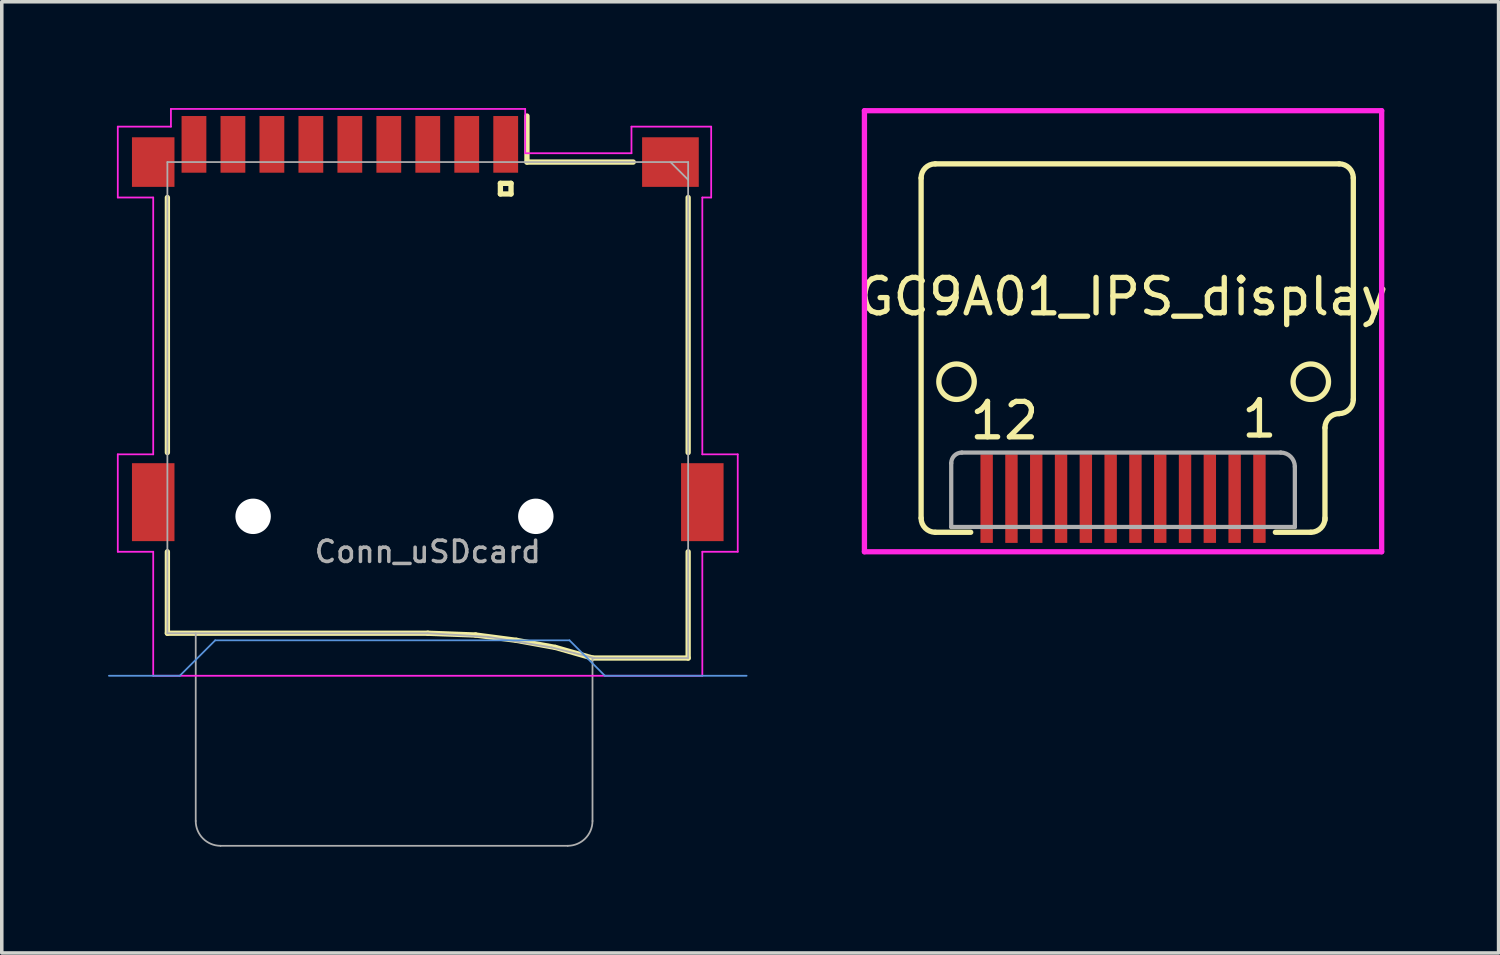
<source format=kicad_pcb>
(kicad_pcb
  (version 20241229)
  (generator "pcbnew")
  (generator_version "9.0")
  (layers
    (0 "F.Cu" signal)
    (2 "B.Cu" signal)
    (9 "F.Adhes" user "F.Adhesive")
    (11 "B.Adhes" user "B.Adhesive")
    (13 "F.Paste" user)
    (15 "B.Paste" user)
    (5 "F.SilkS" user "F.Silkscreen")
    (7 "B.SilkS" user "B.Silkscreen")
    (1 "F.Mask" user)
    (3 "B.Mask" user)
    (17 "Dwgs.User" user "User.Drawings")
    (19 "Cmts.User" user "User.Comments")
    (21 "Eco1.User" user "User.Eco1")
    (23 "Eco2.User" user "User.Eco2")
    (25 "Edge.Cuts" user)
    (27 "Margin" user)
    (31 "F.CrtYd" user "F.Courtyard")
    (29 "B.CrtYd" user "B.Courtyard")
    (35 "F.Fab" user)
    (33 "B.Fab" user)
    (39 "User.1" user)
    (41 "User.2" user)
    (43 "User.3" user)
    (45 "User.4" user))
  (footprint "GC9A01_IPS_display"
    (layer "F.Cu")
    (at 28.651 10.775)
    (property "Reference" "GC9A01_IPS_display" (at 0 -5.45 0) (layer "F.SilkS") (effects (font (size 1 1) (thickness 0.15))))
    (attr through_hole)
    (fp_line (start -5.7 -8.8) (end -5.7 0.8) (stroke (width 0.15) (type solid)) (layer "F.SilkS"))
    (fp_line (start -5.3 1.2) (end -4.3 1.2) (stroke (width 0.15) (type solid)) (layer "F.SilkS"))
    (fp_line (start 4.3 1.2) (end 5.3 1.2) (stroke (width 0.15) (type solid)) (layer "F.SilkS"))
    (fp_line (start 5.7 -1.75) (end 5.7 0.85) (stroke (width 0.15) (type solid)) (layer "F.SilkS"))
    (fp_line (start 6.1 -9.2) (end -5.3 -9.2) (stroke (width 0.15) (type solid)) (layer "F.SilkS"))
    (fp_line (start 6.5 -8.8) (end 6.5 -2.55) (stroke (width 0.15) (type solid)) (layer "F.SilkS"))
    (fp_arc (start -5.7 -8.8) (mid -5.582843 -9.082843) (end -5.3 -9.2) (stroke (width 0.15) (type solid)) (layer "F.SilkS"))
    (fp_arc (start -5.3 1.2) (mid -5.582843 1.082843) (end -5.7 0.8) (stroke (width 0.15) (type solid)) (layer "F.SilkS"))
    (fp_arc (start 5.7 -1.75) (mid 5.817157 -2.032843) (end 6.1 -2.15) (stroke (width 0.15) (type solid)) (layer "F.SilkS"))
    (fp_arc (start 5.7 0.8) (mid 5.582843 1.082843) (end 5.3 1.2) (stroke (width 0.15) (type solid)) (layer "F.SilkS"))
    (fp_arc (start 6.1 -9.2) (mid 6.382843 -9.082843) (end 6.5 -8.8) (stroke (width 0.15) (type solid)) (layer "F.SilkS"))
    (fp_arc (start 6.5 -2.55) (mid 6.382843 -2.267157) (end 6.1 -2.15) (stroke (width 0.15) (type solid)) (layer "F.SilkS"))
    (fp_circle (center -4.7 -3.05) (end -4.2 -3.05) (stroke (width 0.15) (type solid)) (fill no) (layer "F.SilkS"))
    (fp_circle (center 5.3 -3.05) (end 5.8 -3.05) (stroke (width 0.15) (type solid)) (fill no) (layer "F.SilkS"))
    (fp_line (start -7.3 -10.7) (end -7.3 1.75) (stroke (width 0.15) (type solid)) (layer "F.CrtYd"))
    (fp_line (start -7.3 1.75) (end 7.3 1.75) (stroke (width 0.15) (type solid)) (layer "F.CrtYd"))
    (fp_line (start 7.3 -10.7) (end -7.3 -10.7) (stroke (width 0.15) (type solid)) (layer "F.CrtYd"))
    (fp_line (start 7.3 1.75) (end 7.3 -10.7) (stroke (width 0.15) (type solid)) (layer "F.CrtYd"))
    (fp_line (start -4.85 1.05) (end -4.85 -0.75) (stroke (width 0.12) (type solid)) (layer "F.Fab"))
    (fp_line (start -4.85 1.05) (end 4.85 1.05) (stroke (width 0.12) (type solid)) (layer "F.Fab"))
    (fp_line (start -4.55 -1.05) (end 4.45 -1.05) (stroke (width 0.12) (type solid)) (layer "F.Fab"))
    (fp_line (start 4.85 1.05) (end 4.85 -0.65) (stroke (width 0.12) (type solid)) (layer "F.Fab"))
    (fp_arc (start -4.85 -0.75) (mid -4.762132 -0.962132) (end -4.55 -1.05) (stroke (width 0.12) (type solid)) (layer "F.Fab"))
    (fp_arc (start 4.45 -1.05) (mid 4.732843 -0.932843) (end 4.85 -0.65) (stroke (width 0.12) (type solid)) (layer "F.Fab"))
    (fp_text user "1" (at 3.85 -2 0) (layer "F.SilkS") (effects (font (size 1 1) (thickness 0.15))))
    (fp_text user "12" (at -3.35 -1.95 0) (layer "F.SilkS") (effects (font (size 1 1) (thickness 0.15))))
    (pad "1" smd rect (at 3.85 0.25) (size 0.35 2.5) (layers "F.Cu" "F.Mask" "F.Paste"))
    (pad "2" smd rect (at 3.15 0.25) (size 0.35 2.5) (layers "F.Cu" "F.Mask" "F.Paste"))
    (pad "3" smd rect (at 2.45 0.25) (size 0.35 2.5) (layers "F.Cu" "F.Mask" "F.Paste"))
    (pad "4" smd rect (at 1.75 0.25) (size 0.35 2.5) (layers "F.Cu" "F.Mask" "F.Paste"))
    (pad "5" smd rect (at 1.05 0.25) (size 0.35 2.5) (layers "F.Cu" "F.Mask" "F.Paste"))
    (pad "6" smd rect (at 0.35 0.25) (size 0.35 2.5) (layers "F.Cu" "F.Mask" "F.Paste"))
    (pad "7" smd rect (at -0.35 0.25) (size 0.35 2.5) (layers "F.Cu" "F.Mask" "F.Paste"))
    (pad "8" smd rect (at -1.05 0.25) (size 0.35 2.5) (layers "F.Cu" "F.Mask" "F.Paste"))
    (pad "9" smd rect (at -1.75 0.25) (size 0.35 2.5) (layers "F.Cu" "F.Mask" "F.Paste"))
    (pad "10" smd rect (at -2.45 0.25) (size 0.35 2.5) (layers "F.Cu" "F.Mask" "F.Paste"))
    (pad "11" smd rect (at -3.15 0.25) (size 0.35 2.5) (layers "F.Cu" "F.Mask" "F.Paste"))
    (pad "12" smd rect (at -3.85 0.25) (size 0.35 2.5) (layers "F.Cu" "F.Mask" "F.Paste")))
  (footprint "Conn_uSDcard"
    (layer "F.Cu")
    (at 9.025 11.525)
    (property "Reference" "Conn_uSDcard" (at 0 1 180) (layer "F.Fab") (effects (font (size 0.6 0.6) (thickness 0.1))))
    (attr through_hole)
    (fp_line (start -7.35 -1.8) (end -7.35 -9) (stroke (width 0.15) (type solid)) (layer "F.SilkS"))
    (fp_line (start -7.35 1) (end -7.35 3.3) (stroke (width 0.15) (type solid)) (layer "F.SilkS"))
    (fp_line (start -7.35 3.3) (end 0 3.3) (stroke (width 0.15) (type solid)) (layer "F.SilkS"))
    (fp_line (start 0 3.3) (end 1.35 3.35) (stroke (width 0.15) (type solid)) (layer "F.SilkS"))
    (fp_line (start 1.35 3.35) (end 2.5 3.5) (stroke (width 0.15) (type solid)) (layer "F.SilkS"))
    (fp_line (start 2.05 -9.4) (end 2.05 -9.1) (stroke (width 0.15) (type solid)) (layer "F.SilkS"))
    (fp_line (start 2.05 -9.1) (end 2.35 -9.1) (stroke (width 0.15) (type solid)) (layer "F.SilkS"))
    (fp_line (start 2.35 -9.4) (end 2.05 -9.4) (stroke (width 0.15) (type solid)) (layer "F.SilkS"))
    (fp_line (start 2.35 -9.1) (end 2.35 -9.4) (stroke (width 0.15) (type solid)) (layer "F.SilkS"))
    (fp_line (start 2.5 3.5) (end 3.6 3.7) (stroke (width 0.15) (type solid)) (layer "F.SilkS"))
    (fp_line (start 2.8 -10) (end 2.8 -11.3) (stroke (width 0.15) (type solid)) (layer "F.SilkS"))
    (fp_line (start 2.8 -10) (end 5.8 -10) (stroke (width 0.15) (type solid)) (layer "F.SilkS"))
    (fp_line (start 3.6 3.7) (end 4.65 4) (stroke (width 0.15) (type solid)) (layer "F.SilkS"))
    (fp_line (start 4.65 4) (end 7.35 4) (stroke (width 0.15) (type solid)) (layer "F.SilkS"))
    (fp_line (start 7.35 -9) (end 7.35 -1.8) (stroke (width 0.15) (type solid)) (layer "F.SilkS"))
    (fp_line (start 7.35 4) (end 7.35 1) (stroke (width 0.15) (type solid)) (layer "F.SilkS"))
    (fp_line (start -9 4.5) (end -7 4.5) (stroke (width 0.05) (type solid)) (layer "Cmts.User"))
    (fp_line (start -7 4.5) (end -6 3.5) (stroke (width 0.05) (type solid)) (layer "Cmts.User"))
    (fp_line (start -6 3.5) (end 4 3.5) (stroke (width 0.05) (type solid)) (layer "Cmts.User"))
    (fp_line (start 4 3.5) (end 5 4.5) (stroke (width 0.05) (type solid)) (layer "Cmts.User"))
    (fp_line (start 5 4.5) (end 9 4.5) (stroke (width 0.05) (type solid)) (layer "Cmts.User"))
    (fp_line (start -8.75 -11) (end -7.25 -11) (stroke (width 0.05) (type solid)) (layer "F.CrtYd"))
    (fp_line (start -8.75 -9) (end -8.75 -11) (stroke (width 0.05) (type solid)) (layer "F.CrtYd"))
    (fp_line (start -8.75 -1.75) (end -7.75 -1.75) (stroke (width 0.05) (type solid)) (layer "F.CrtYd"))
    (fp_line (start -8.75 1) (end -8.75 -1.75) (stroke (width 0.05) (type solid)) (layer "F.CrtYd"))
    (fp_line (start -7.75 -9) (end -8.75 -9) (stroke (width 0.05) (type solid)) (layer "F.CrtYd"))
    (fp_line (start -7.75 -1.75) (end -7.75 -9) (stroke (width 0.05) (type solid)) (layer "F.CrtYd"))
    (fp_line (start -7.75 1) (end -8.75 1) (stroke (width 0.05) (type solid)) (layer "F.CrtYd"))
    (fp_line (start -7.75 4.5) (end -7.75 1) (stroke (width 0.05) (type solid)) (layer "F.CrtYd"))
    (fp_line (start -7.75 4.5) (end 7.75 4.5) (stroke (width 0.05) (type solid)) (layer "F.CrtYd"))
    (fp_line (start -7.25 -11.5) (end 2.75 -11.5) (stroke (width 0.05) (type solid)) (layer "F.CrtYd"))
    (fp_line (start -7.25 -11) (end -7.25 -11.5) (stroke (width 0.05) (type solid)) (layer "F.CrtYd"))
    (fp_line (start 2.75 -11.5) (end 2.75 -10.25) (stroke (width 0.05) (type solid)) (layer "F.CrtYd"))
    (fp_line (start 2.75 -10.25) (end 5.75 -10.25) (stroke (width 0.05) (type solid)) (layer "F.CrtYd"))
    (fp_line (start 5.75 -11) (end 8 -11) (stroke (width 0.05) (type solid)) (layer "F.CrtYd"))
    (fp_line (start 5.75 -10.25) (end 5.75 -11) (stroke (width 0.05) (type solid)) (layer "F.CrtYd"))
    (fp_line (start 7.75 -9) (end 7.75 -1.75) (stroke (width 0.05) (type solid)) (layer "F.CrtYd"))
    (fp_line (start 7.75 -1.75) (end 8.75 -1.75) (stroke (width 0.05) (type solid)) (layer "F.CrtYd"))
    (fp_line (start 7.75 1) (end 7.75 4.5) (stroke (width 0.05) (type solid)) (layer "F.CrtYd"))
    (fp_line (start 8 -11) (end 8 -9) (stroke (width 0.05) (type solid)) (layer "F.CrtYd"))
    (fp_line (start 8 -9) (end 7.75 -9) (stroke (width 0.05) (type solid)) (layer "F.CrtYd"))
    (fp_line (start 8.75 -1.75) (end 8.75 1) (stroke (width 0.05) (type solid)) (layer "F.CrtYd"))
    (fp_line (start 8.75 1) (end 7.75 1) (stroke (width 0.05) (type solid)) (layer "F.CrtYd"))
    (fp_line (start -7.35 -10) (end -7.35 3.3) (stroke (width 0.05) (type solid)) (layer "F.Fab"))
    (fp_line (start -7.35 -10) (end 7.35 -10) (stroke (width 0.05) (type solid)) (layer "F.Fab"))
    (fp_line (start -7.35 3.3) (end 0 3.3) (stroke (width 0.05) (type solid)) (layer "F.Fab"))
    (fp_line (start -6.55 8.6) (end -6.55 3.3) (stroke (width 0.05) (type solid)) (layer "F.Fab"))
    (fp_line (start -5.85 9.3) (end 3.95 9.3) (stroke (width 0.05) (type solid)) (layer "F.Fab"))
    (fp_line (start 0 3.3) (end 1.7 3.4) (stroke (width 0.05) (type solid)) (layer "F.Fab"))
    (fp_line (start 1.7 3.4) (end 3.5 3.7) (stroke (width 0.05) (type solid)) (layer "F.Fab"))
    (fp_line (start 3.5 3.7) (end 4.7 4) (stroke (width 0.05) (type solid)) (layer "F.Fab"))
    (fp_line (start 4.65 4) (end 7.35 4) (stroke (width 0.05) (type solid)) (layer "F.Fab"))
    (fp_line (start 4.65 8.6) (end 4.65 4) (stroke (width 0.05) (type solid)) (layer "F.Fab"))
    (fp_line (start 7.35 -10) (end 7.35 4) (stroke (width 0.05) (type solid)) (layer "F.Fab"))
    (fp_line (start 7.35 -9.5) (end 6.85 -10) (stroke (width 0.05) (type solid)) (layer "F.Fab"))
    (fp_arc (start -5.85 9.3) (mid -6.344975 9.094975) (end -6.55 8.6) (stroke (width 0.05) (type solid)) (layer "F.Fab"))
    (fp_arc (start 4.65 8.6) (mid 4.444975 9.094975) (end 3.95 9.3) (stroke (width 0.05) (type solid)) (layer "F.Fab"))
    (fp_text user "${REFERENCE}" (at 2.1 -9.35 180) (layer "Eco1.User") (effects (font (size 0.3 0.3) (thickness 0.03))))
    (pad "" np_thru_hole circle (at -4.93 0) (size 1 1) (drill 1) (layers "*.Cu"))
    (pad "" np_thru_hole circle (at 3.05 0) (size 1 1) (drill 1) (layers "*.Cu"))
    (pad "1" smd rect (at 2.2 -10.5) (size 0.7 1.6) (layers "F.Cu" "F.Mask" "F.Paste"))
    (pad "2" smd rect (at 1.1 -10.5) (size 0.7 1.6) (layers "F.Cu" "F.Mask" "F.Paste"))
    (pad "3" smd rect (at 0 -10.5) (size 0.7 1.6) (layers "F.Cu" "F.Mask" "F.Paste"))
    (pad "4" smd rect (at -1.1 -10.5) (size 0.7 1.6) (layers "F.Cu" "F.Mask" "F.Paste"))
    (pad "5" smd rect (at -2.2 -10.5) (size 0.7 1.6) (layers "F.Cu" "F.Mask" "F.Paste"))
    (pad "6" smd rect (at -7.75 -10) (size 1.2 1.4) (layers "F.Cu" "F.Mask" "F.Paste"))
    (pad "6" smd rect (at -7.75 -0.4) (size 1.2 2.2) (layers "F.Cu" "F.Mask" "F.Paste"))
    (pad "6" smd rect (at -3.3 -10.5) (size 0.7 1.6) (layers "F.Cu" "F.Mask" "F.Paste"))
    (pad "6" smd rect (at 6.85 -10) (size 1.6 1.4) (layers "F.Cu" "F.Mask" "F.Paste"))
    (pad "6" smd rect (at 7.75 -0.4) (size 1.2 2.2) (layers "F.Cu" "F.Mask" "F.Paste"))
    (pad "7" smd rect (at -4.4 -10.5) (size 0.7 1.6) (layers "F.Cu" "F.Mask" "F.Paste"))
    (pad "8" smd rect (at -5.5 -10.5) (size 0.7 1.6) (layers "F.Cu" "F.Mask" "F.Paste"))
    (pad "9" smd rect (at -6.6 -10.5) (size 0.7 1.6) (layers "F.Cu" "F.Mask" "F.Paste")))
  (gr_rect
    (start -3 -3)
    (end 39.252 23.85)
    (stroke (width 0.1) (type default))
    (fill no)
    (layer "Edge.Cuts")))
</source>
